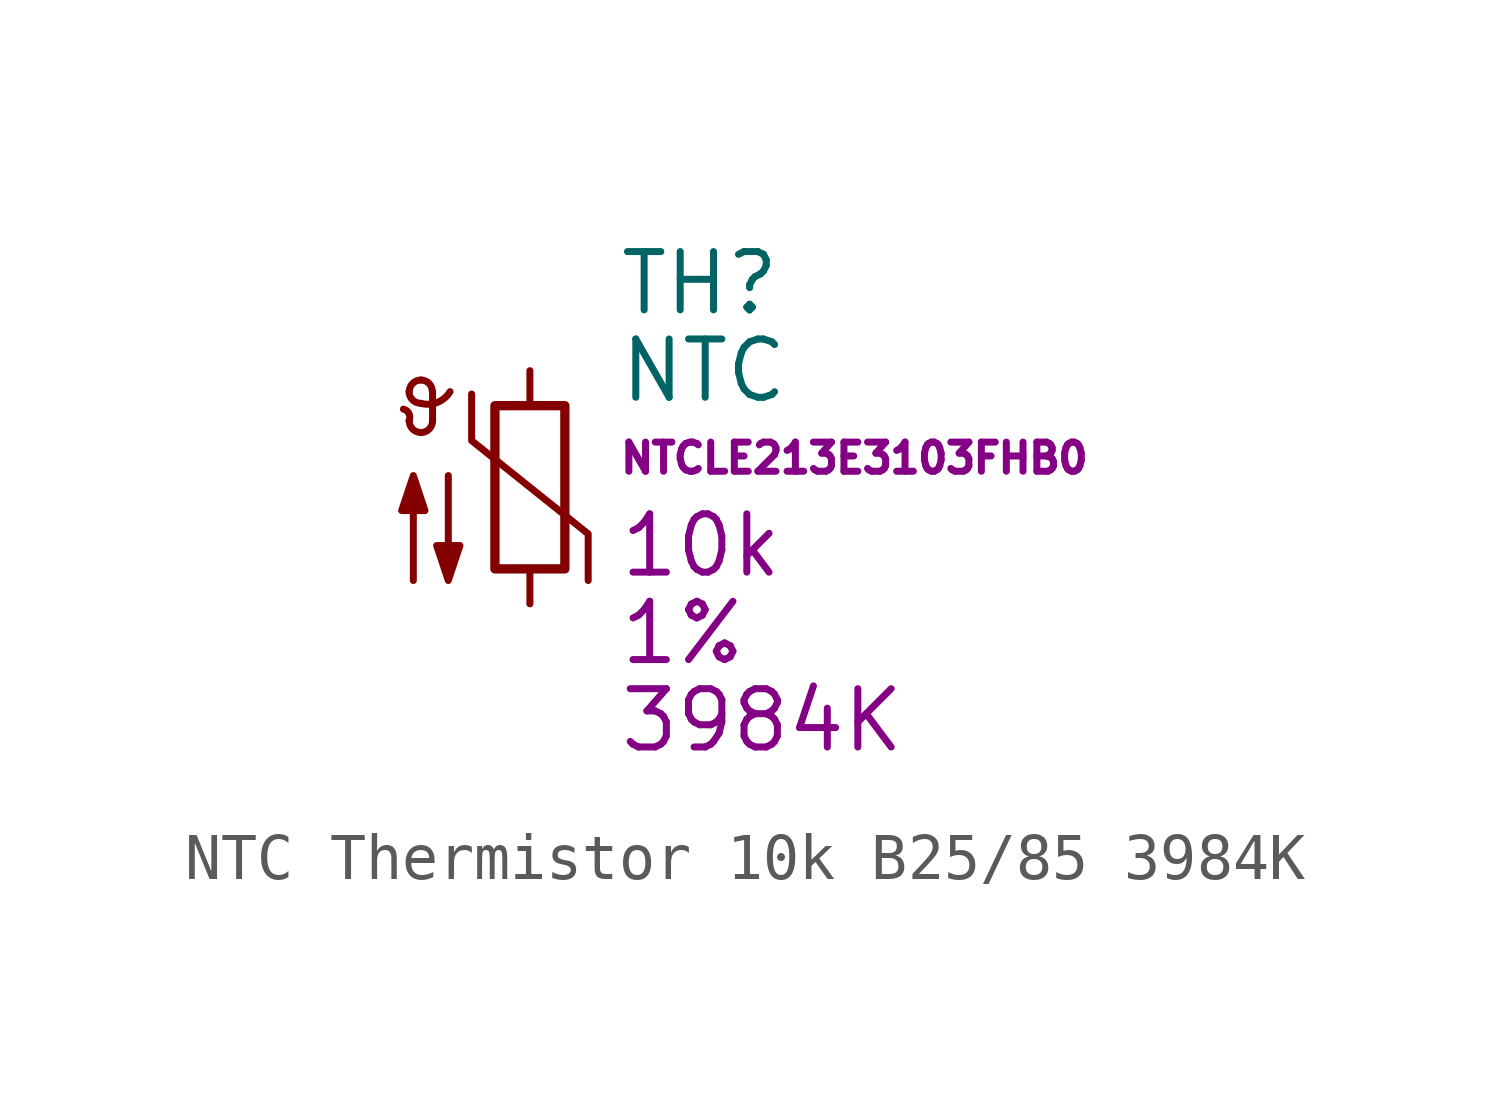
<source format=kicad_sym>
(kicad_symbol_lib
  (version 20220914)
  (generator kicad_symbol_editor)
  (symbol "NTC Thermistor 10k B25/85 3984K"
    (pin_numbers hide)
    (pin_names
      (offset 0))
    (property "Reference" "TH"
      (at 1.905 1.905 0)
      (effects (font (size 1.27 1.27)) (justify left)))
    (property "Value" "NTC"
      (at 1.905 0 0)
      (effects (font (size 1.27 1.27)) (justify left)))
    (property "Mfr PN" "NTCLE213E3103FHB0"
      (at 1.905 -1.905 0)
      (effects (font (size 0.635 0.635)) (justify left)))
    (property "B25/85" "3984K"
      (at 1.905 -7.62 0)
      (effects (font (size 1.27 1.27)) (justify left)))
    (property "R25" "10k"
      (at 1.905 -3.81 0)
      (effects (font (size 1.27 1.27)) (justify left)))
    (property "Tolerance" "1%"
      (at 1.905 -5.715 0)
      (effects (font (size 1.27 1.27)) (justify left)))
    (symbol "NTC Thermistor 10k B25/85 3984K_0_1"
      (arc (start -2.6286 -1.0921) (mid -2.6311 -0.9346) (end -2.7556 -0.8381) (stroke (width 0) (type default)) (fill (type none)))
      (arc (start -2.6286 -1.0921) (mid -2.5542 -1.2717) (end -2.3746 -1.3461) (stroke (width 0) (type default)) (fill (type none)))
      (arc (start -2.6286 -0.4571) (mid -2.5542 -0.6367) (end -2.3746 -0.7111) (stroke (width 0) (type default)) (fill (type none)))
      (arc (start -2.3746 -1.3461) (mid -2.195 -1.2717) (end -2.1206 -1.0921) (stroke (width 0) (type default)) (fill (type none)))
      (arc (start -2.3746 -0.7111) (mid -2.0146 -0.6903) (end -1.7396 -0.4571) (stroke (width 0) (type default)) (fill (type none)))
      (arc (start -2.3746 -0.2031) (mid -2.5542 -0.2775) (end -2.6286 -0.4571) (stroke (width 0) (type default)) (fill (type none)))
      (arc (start -2.1206 -0.4571) (mid -2.195 -0.2775) (end -2.3746 -0.2031) (stroke (width 0) (type default)) (fill (type none)))
      (rectangle (start -0.762 -0.762) (end 0.762 -4.318) (stroke (width 0.203) (type default)) (fill (type none)))
      (polyline (pts (xy -2.121 -1.092) (xy -2.121 -0.457)) (stroke (width 0) (type default)) (fill (type none)))
      (polyline (pts (xy -1.27 -0.508) (xy -1.27 -1.524) (xy 1.27 -3.556) (xy 1.27 -4.572)) (stroke (width 0) (type default)) (fill (type none)))
      (polyline (pts (xy -2.54 -4.572) (xy -2.54 -2.286) (xy -2.794 -3.048) (xy -2.286 -3.048) (xy -2.54 -2.286) (xy -2.54 -2.54)) (stroke (width 0) (type default)) (fill (type outline)))
      (polyline (pts (xy -1.778 -2.286) (xy -1.778 -4.572) (xy -2.032 -3.81) (xy -1.524 -3.81) (xy -1.778 -4.572) (xy -1.778 -4.318)) (stroke (width 0) (type default)) (fill (type outline))))
    (symbol "NTC Thermistor 10k B25/85 3984K_1_1"
      (pin passive line (at 0 0 270) (length 0.762) (name "~" (effects (font (size 1.27 1.27)))) (number "1" (effects (font (size 1.27 1.27)))))
      (pin passive line (at 0 -5.08 90) (length 0.762) (name "~" (effects (font (size 1.27 1.27)))) (number "2" (effects (font (size 1.27 1.27))))))))
</source>
